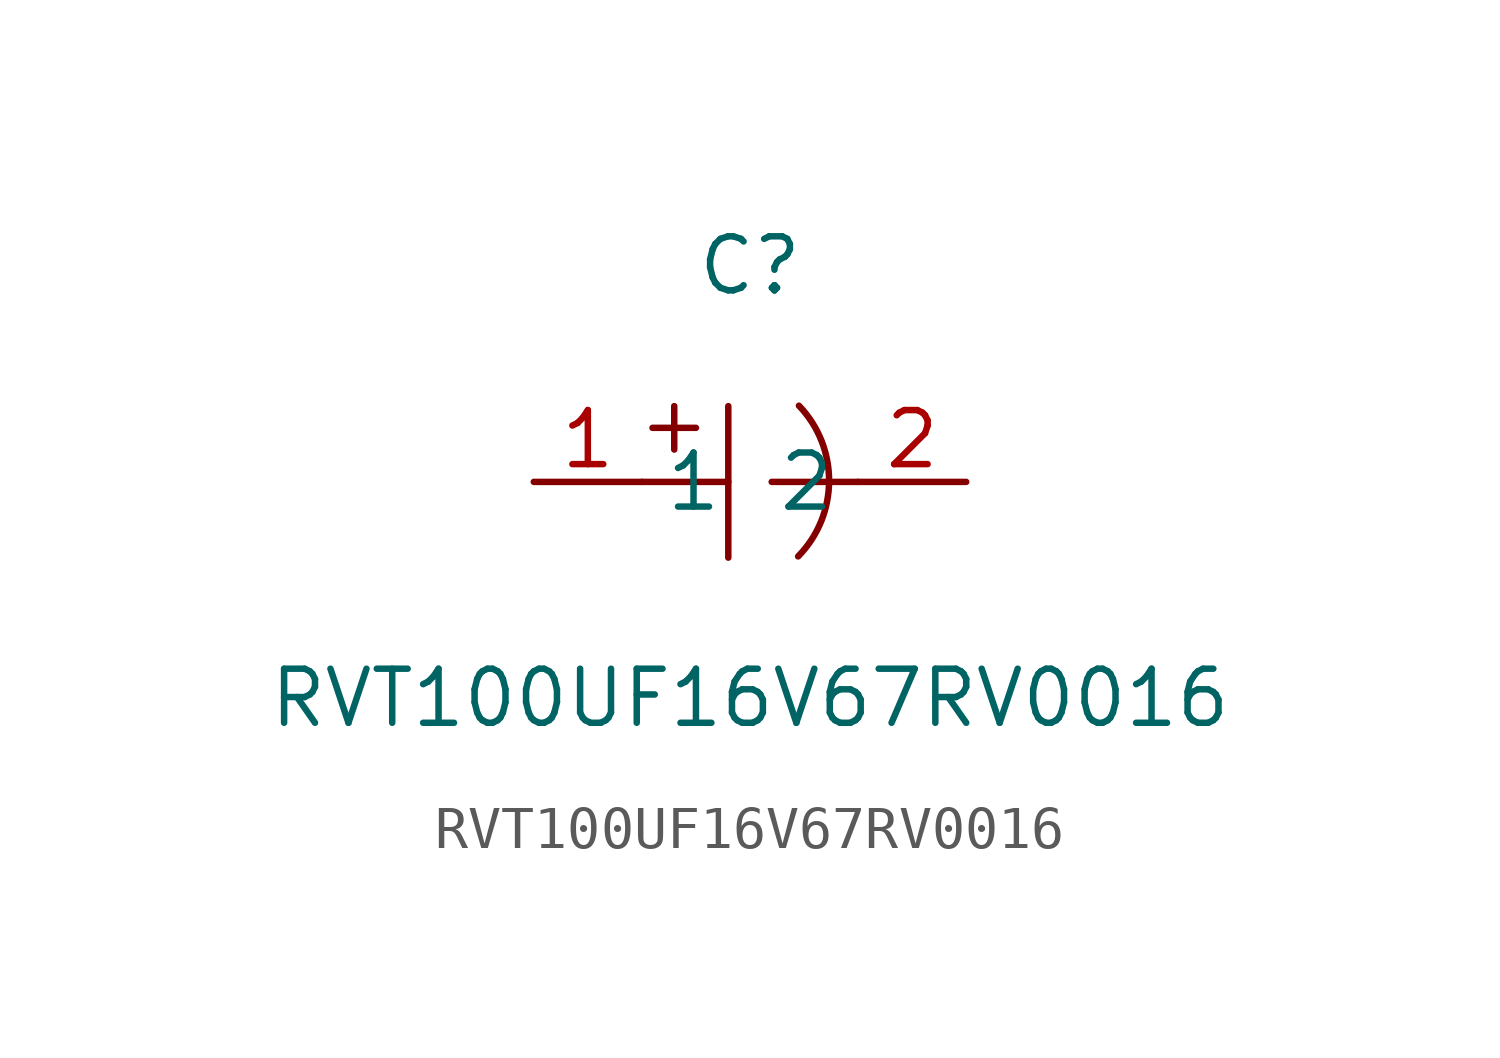
<source format=kicad_sym>
(kicad_symbol_lib
  (version 20211014)
  (generator https://github.com/uPesy/easyeda2kicad.py)
  (symbol "RVT100UF16V67RV0016"
    (property "Reference" "C"
      (at 0 5.08 0)
      (effects (font (size 1.27 1.27))))
    (property "Value" "RVT100UF16V67RV0016"
      (at 0 -5.08 0)
      (effects (font (size 1.27 1.27))))
    (symbol "RVT100UF16V67RV0016_0_1"
      (arc (start 1.13 -1.75) (mid 5.47 -0.41) (end 1.15 1.79) (stroke (width 0) (type default) (color 0 0 0 0)) (fill (type none)))
      (polyline (pts (xy -0.51 1.78) (xy -0.51 -1.78)) (stroke (width 0) (type default) (color 0 0 0 0)) (fill (type none)))
      (polyline (pts (xy -2.54 -0.00) (xy -0.51 -0.00)) (stroke (width 0) (type default) (color 0 0 0 0)) (fill (type none)))
      (polyline (pts (xy 0.51 -0.00) (xy 2.54 -0.00)) (stroke (width 0) (type default) (color 0 0 0 0)) (fill (type none)))
      (polyline (pts (xy -2.29 1.27) (xy -1.27 1.27)) (stroke (width 0) (type default) (color 0 0 0 0)) (fill (type none)))
      (polyline (pts (xy -1.78 1.78) (xy -1.78 0.76)) (stroke (width 0) (type default) (color 0 0 0 0)) (fill (type none)))
      (pin input line (at -5.08 -0.00 0) (length 2.54) (name "1" (effects (font (size 1.27 1.27)))) (number "1" (effects (font (size 1.27 1.27)))))
      (pin input line (at 5.08 -0.00 180) (length 2.54) (name "2" (effects (font (size 1.27 1.27)))) (number "2" (effects (font (size 1.27 1.27))))))))
</source>
